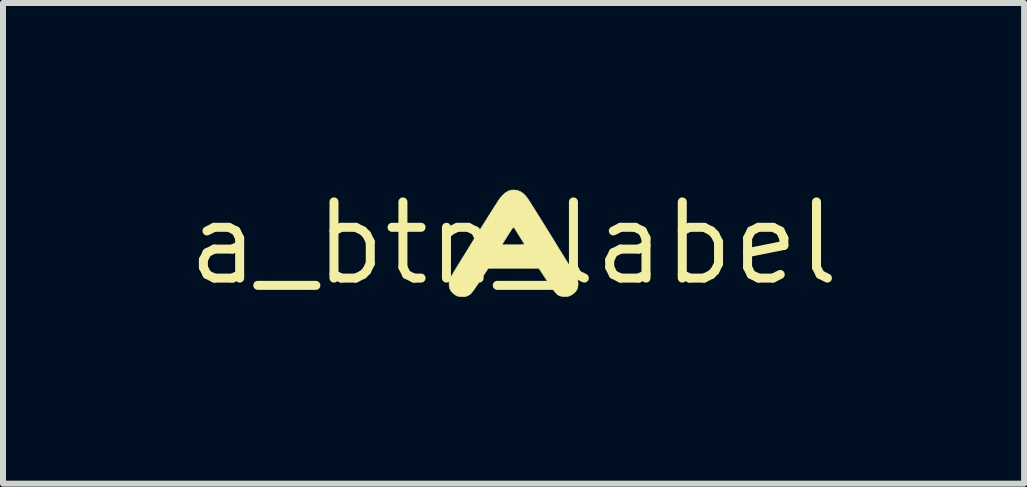
<source format=kicad_pcb>
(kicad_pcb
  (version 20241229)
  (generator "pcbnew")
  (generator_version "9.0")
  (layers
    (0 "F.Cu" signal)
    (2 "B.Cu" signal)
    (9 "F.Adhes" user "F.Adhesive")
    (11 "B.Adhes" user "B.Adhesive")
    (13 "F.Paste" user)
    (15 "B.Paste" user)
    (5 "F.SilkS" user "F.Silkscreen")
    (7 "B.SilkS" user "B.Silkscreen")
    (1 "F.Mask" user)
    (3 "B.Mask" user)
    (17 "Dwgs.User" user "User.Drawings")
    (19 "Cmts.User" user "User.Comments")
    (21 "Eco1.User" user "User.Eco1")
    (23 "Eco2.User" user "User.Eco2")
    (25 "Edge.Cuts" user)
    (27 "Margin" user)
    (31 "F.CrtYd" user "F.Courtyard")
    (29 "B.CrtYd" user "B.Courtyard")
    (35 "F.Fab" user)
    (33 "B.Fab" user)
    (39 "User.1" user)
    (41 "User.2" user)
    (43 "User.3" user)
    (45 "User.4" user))
  (footprint "a_btn_label"
    (layer "F.Cu")
    (at 5.511 1.006)
    (property "Reference" "a_btn_label" (at 0 0 0) (layer "F.SilkS") (effects (font (size 1.27 1.27) (thickness 0.15))))
    (attr through_hole)
    (fp_poly (pts (xy 0.057 -0.883) (xy 0.11 -0.864) (xy 0.159 -0.832) (xy 0.206 -0.784) (xy 0.234 -0.748) (xy 0.245 -0.731) (xy 0.264 -0.701) (xy 0.291 -0.66) (xy 0.323 -0.608) (xy 0.362 -0.547) (xy 0.404 -0.479) (xy 0.451 -0.404) (xy 0.501 -0.324) (xy 0.553 -0.241) (xy 0.606 -0.155) (xy 0.66 -0.068) (xy 0.713 0.019) (xy 0.765 0.104) (xy 0.816 0.186) (xy 0.864 0.263) (xy 0.908 0.335) (xy 0.948 0.401) (xy 0.983 0.458) (xy 1.011 0.505) (xy 1.033 0.542) (xy 1.047 0.566) (xy 1.052 0.575) (xy 1.071 0.627) (xy 1.076 0.682) (xy 1.069 0.736) (xy 1.056 0.771) (xy 1.03 0.807) (xy 0.993 0.841) (xy 0.951 0.868) (xy 0.917 0.881) (xy 0.879 0.887) (xy 0.836 0.887) (xy 0.793 0.881) (xy 0.759 0.871) (xy 0.757 0.869) (xy 0.741 0.86) (xy 0.725 0.848) (xy 0.709 0.831) (xy 0.689 0.808) (xy 0.666 0.778) (xy 0.637 0.738) (xy 0.602 0.687) (xy 0.56 0.624) (xy 0.55 0.609) (xy 0.421 0.415) (xy -0.422 0.415) (xy -0.562 0.626) (xy -0.603 0.687) (xy -0.635 0.735) (xy -0.661 0.773) (xy -0.682 0.801) (xy -0.698 0.822) (xy -0.712 0.838) (xy -0.725 0.849) (xy -0.738 0.858) (xy -0.747 0.863) (xy -0.773 0.877) (xy -0.797 0.885) (xy -0.824 0.888) (xy -0.855 0.889) (xy -0.9 0.886) (xy -0.934 0.879) (xy -0.952 0.872) (xy -0.998 0.842) (xy -1.036 0.803) (xy -1.059 0.766) (xy -1.071 0.727) (xy -1.075 0.679) (xy -1.072 0.631) (xy -1.06 0.591) (xy -1.059 0.588) (xy -1.052 0.574) (xy -1.035 0.546) (xy -1.012 0.507) (xy -0.982 0.457) (xy -0.946 0.398) (xy -0.905 0.331) (xy -0.86 0.258) (xy -0.811 0.18) (xy -0.76 0.097) (xy -0.716 0.025) (xy -0.196 0.025) (xy -0.005 0.025) (xy 0.059 0.025) (xy 0.108 0.025) (xy 0.143 0.023) (xy 0.166 0.022) (xy 0.178 0.019) (xy 0.182 0.016) (xy 0.181 0.015) (xy 0.17 -0.004) (xy 0.153 -0.033) (xy 0.131 -0.068) (xy 0.107 -0.107) (xy 0.082 -0.147) (xy 0.058 -0.186) (xy 0.037 -0.22) (xy 0.019 -0.247) (xy 0.008 -0.264) (xy 0.005 -0.269) (xy -0.001 -0.269) (xy -0.01 -0.261) (xy -0.025 -0.243) (xy -0.045 -0.213) (xy -0.073 -0.17) (xy -0.083 -0.154) (xy -0.11 -0.111) (xy -0.135 -0.071) (xy -0.156 -0.037) (xy -0.172 -0.013) (xy -0.179 -0.002) (xy -0.196 0.025) (xy -0.716 0.025) (xy -0.708 0.012) (xy -0.654 -0.075) (xy -0.6 -0.161) (xy -0.547 -0.246) (xy -0.495 -0.329) (xy -0.445 -0.408) (xy -0.399 -0.482) (xy -0.356 -0.549) (xy -0.319 -0.609) (xy -0.286 -0.659) (xy -0.26 -0.7) (xy -0.241 -0.728) (xy -0.231 -0.744) (xy -0.181 -0.802) (xy -0.132 -0.845) (xy -0.084 -0.873) (xy -0.033 -0.887) (xy -0.002 -0.889) (xy 0.057 -0.883)) (stroke (width 0.01) (type solid)) (fill yes) (layer "F.SilkS")))
  (gr_rect
    (start -3 -3)
    (end 14.021 5.012)
    (stroke (width 0.1) (type default))
    (fill no)
    (layer "Edge.Cuts")))
</source>
